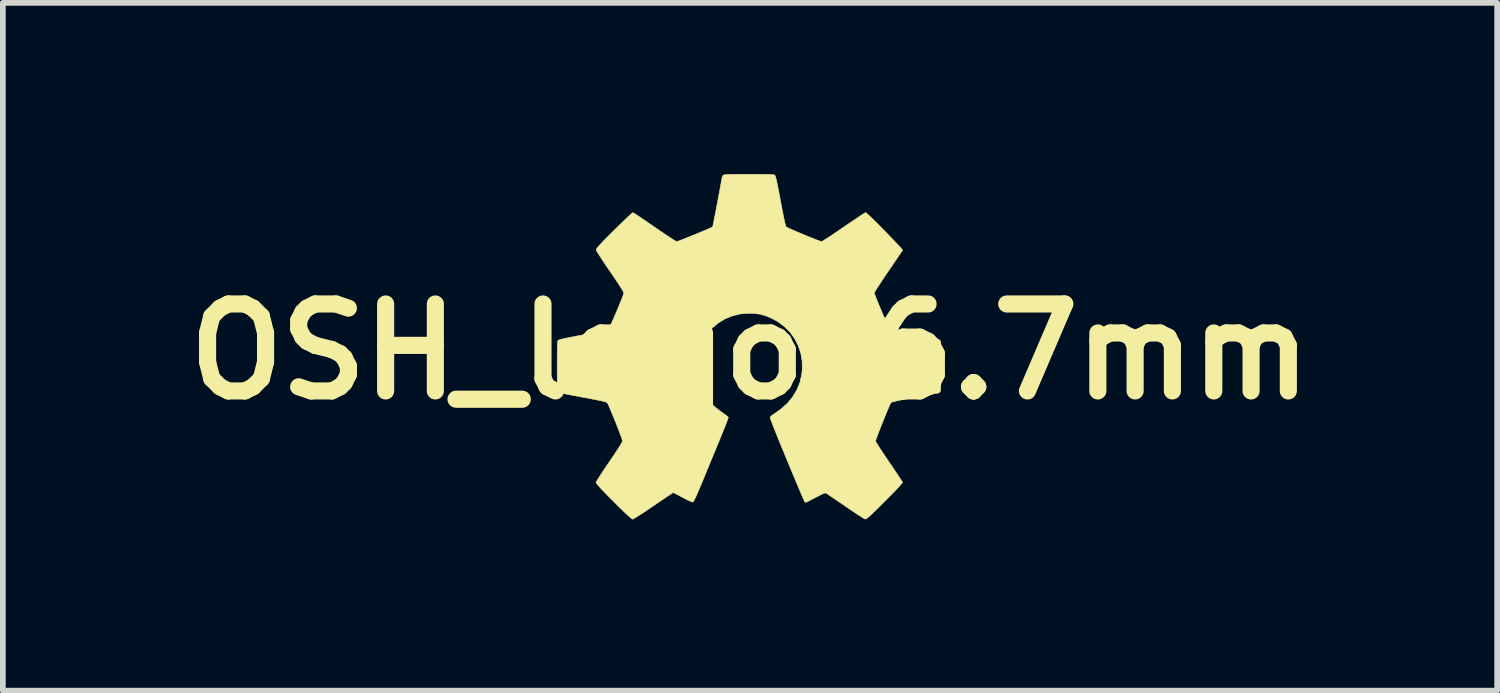
<source format=kicad_pcb>
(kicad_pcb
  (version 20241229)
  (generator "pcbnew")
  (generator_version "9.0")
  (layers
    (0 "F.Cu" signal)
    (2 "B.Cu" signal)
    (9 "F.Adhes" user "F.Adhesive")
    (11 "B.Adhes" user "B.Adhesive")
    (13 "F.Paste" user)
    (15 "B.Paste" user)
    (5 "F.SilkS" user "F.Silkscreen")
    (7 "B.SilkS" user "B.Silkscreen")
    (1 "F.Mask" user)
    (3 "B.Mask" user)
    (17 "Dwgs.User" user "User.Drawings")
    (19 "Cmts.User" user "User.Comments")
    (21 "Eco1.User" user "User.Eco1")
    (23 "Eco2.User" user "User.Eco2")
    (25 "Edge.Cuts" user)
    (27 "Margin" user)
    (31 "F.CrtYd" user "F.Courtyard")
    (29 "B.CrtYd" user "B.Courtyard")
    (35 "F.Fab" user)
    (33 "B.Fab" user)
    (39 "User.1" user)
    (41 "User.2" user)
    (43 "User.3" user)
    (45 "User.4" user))
  (footprint "OSH_logo_6.7mm"
    (layer "F.Cu")
    (at 10.095 3.112)
    (property "Reference" "OSH_logo_6.7mm" (at 0 0 0) (layer "F.SilkS") (effects (font (size 1.524 1.524) (thickness 0.3))))
    (attr through_hole)
    (fp_poly (pts (xy 0.1 -3.107) (xy 0.197 -3.106) (xy 0.275 -3.105) (xy 0.336 -3.104) (xy 0.38 -3.101) (xy 0.411 -3.099) (xy 0.428 -3.095) (xy 0.434 -3.093) (xy 0.44 -3.083) (xy 0.448 -3.06) (xy 0.458 -3.023) (xy 0.47 -2.971) (xy 0.484 -2.901) (xy 0.501 -2.813) (xy 0.522 -2.704) (xy 0.534 -2.642) (xy 0.557 -2.518) (xy 0.577 -2.415) (xy 0.594 -2.332) (xy 0.608 -2.269) (xy 0.619 -2.224) (xy 0.628 -2.197) (xy 0.633 -2.186) (xy 0.648 -2.178) (xy 0.68 -2.162) (xy 0.727 -2.141) (xy 0.785 -2.115) (xy 0.851 -2.087) (xy 0.921 -2.058) (xy 0.992 -2.028) (xy 1.061 -2) (xy 1.125 -1.975) (xy 1.179 -1.953) (xy 1.222 -1.938) (xy 1.248 -1.929) (xy 1.255 -1.928) (xy 1.268 -1.934) (xy 1.297 -1.952) (xy 1.341 -1.98) (xy 1.397 -2.016) (xy 1.463 -2.06) (xy 1.538 -2.111) (xy 1.618 -2.165) (xy 1.644 -2.183) (xy 1.725 -2.239) (xy 1.802 -2.29) (xy 1.87 -2.336) (xy 1.928 -2.376) (xy 1.975 -2.406) (xy 2.007 -2.427) (xy 2.024 -2.437) (xy 2.026 -2.438) (xy 2.037 -2.43) (xy 2.062 -2.408) (xy 2.098 -2.374) (xy 2.144 -2.33) (xy 2.197 -2.278) (xy 2.255 -2.22) (xy 2.316 -2.158) (xy 2.378 -2.095) (xy 2.439 -2.032) (xy 2.498 -1.972) (xy 2.551 -1.916) (xy 2.597 -1.867) (xy 2.634 -1.827) (xy 2.66 -1.797) (xy 2.672 -1.781) (xy 2.673 -1.779) (xy 2.666 -1.766) (xy 2.646 -1.737) (xy 2.617 -1.694) (xy 2.58 -1.638) (xy 2.535 -1.572) (xy 2.485 -1.498) (xy 2.43 -1.419) (xy 2.422 -1.407) (xy 2.367 -1.326) (xy 2.317 -1.251) (xy 2.272 -1.183) (xy 2.234 -1.125) (xy 2.205 -1.078) (xy 2.185 -1.046) (xy 2.177 -1.029) (xy 2.177 -1.029) (xy 2.182 -1.012) (xy 2.194 -0.977) (xy 2.213 -0.929) (xy 2.237 -0.87) (xy 2.265 -0.803) (xy 2.295 -0.732) (xy 2.325 -0.66) (xy 2.356 -0.591) (xy 2.384 -0.527) (xy 2.409 -0.471) (xy 2.43 -0.429) (xy 2.444 -0.401) (xy 2.449 -0.393) (xy 2.46 -0.386) (xy 2.481 -0.379) (xy 2.513 -0.37) (xy 2.56 -0.359) (xy 2.622 -0.345) (xy 2.702 -0.33) (xy 2.801 -0.311) (xy 2.893 -0.293) (xy 3.01 -0.271) (xy 3.107 -0.253) (xy 3.184 -0.237) (xy 3.243 -0.224) (xy 3.286 -0.213) (xy 3.314 -0.205) (xy 3.329 -0.198) (xy 3.331 -0.196) (xy 3.335 -0.185) (xy 3.338 -0.163) (xy 3.34 -0.128) (xy 3.342 -0.078) (xy 3.344 -0.011) (xy 3.345 0.074) (xy 3.345 0.179) (xy 3.345 0.256) (xy 3.345 0.369) (xy 3.345 0.46) (xy 3.344 0.534) (xy 3.343 0.591) (xy 3.341 0.633) (xy 3.339 0.664) (xy 3.336 0.685) (xy 3.333 0.699) (xy 3.328 0.707) (xy 3.327 0.708) (xy 3.31 0.722) (xy 3.303 0.726) (xy 3.291 0.728) (xy 3.259 0.733) (xy 3.209 0.742) (xy 3.145 0.754) (xy 3.069 0.768) (xy 2.983 0.784) (xy 2.893 0.801) (xy 2.773 0.823) (xy 2.675 0.842) (xy 2.597 0.858) (xy 2.539 0.872) (xy 2.499 0.882) (xy 2.476 0.891) (xy 2.471 0.894) (xy 2.462 0.909) (xy 2.446 0.942) (xy 2.426 0.99) (xy 2.4 1.049) (xy 2.372 1.117) (xy 2.343 1.19) (xy 2.313 1.264) (xy 2.284 1.337) (xy 2.257 1.406) (xy 2.234 1.466) (xy 2.216 1.516) (xy 2.204 1.551) (xy 2.2 1.569) (xy 2.2 1.569) (xy 2.206 1.583) (xy 2.224 1.613) (xy 2.252 1.658) (xy 2.288 1.714) (xy 2.332 1.78) (xy 2.381 1.854) (xy 2.434 1.932) (xy 2.488 2.01) (xy 2.537 2.083) (xy 2.581 2.149) (xy 2.618 2.205) (xy 2.647 2.248) (xy 2.665 2.277) (xy 2.673 2.29) (xy 2.666 2.303) (xy 2.643 2.33) (xy 2.607 2.371) (xy 2.556 2.424) (xy 2.493 2.49) (xy 2.418 2.566) (xy 2.36 2.624) (xy 2.279 2.705) (xy 2.212 2.771) (xy 2.157 2.824) (xy 2.115 2.865) (xy 2.081 2.895) (xy 2.057 2.915) (xy 2.039 2.928) (xy 2.026 2.934) (xy 2.017 2.935) (xy 2.017 2.935) (xy 2.001 2.927) (xy 1.97 2.908) (xy 1.924 2.879) (xy 1.867 2.842) (xy 1.801 2.798) (xy 1.728 2.749) (xy 1.673 2.711) (xy 1.597 2.659) (xy 1.526 2.611) (xy 1.463 2.568) (xy 1.41 2.532) (xy 1.37 2.504) (xy 1.344 2.487) (xy 1.335 2.482) (xy 1.326 2.479) (xy 1.314 2.479) (xy 1.296 2.485) (xy 1.271 2.495) (xy 1.234 2.512) (xy 1.185 2.538) (xy 1.12 2.571) (xy 1.046 2.61) (xy 1.009 2.63) (xy 0.985 2.639) (xy 0.971 2.639) (xy 0.96 2.631) (xy 0.96 2.631) (xy 0.952 2.617) (xy 0.937 2.585) (xy 0.916 2.536) (xy 0.888 2.472) (xy 0.856 2.395) (xy 0.819 2.308) (xy 0.779 2.213) (xy 0.736 2.111) (xy 0.692 2.005) (xy 0.647 1.896) (xy 0.603 1.788) (xy 0.559 1.682) (xy 0.517 1.58) (xy 0.478 1.484) (xy 0.443 1.397) (xy 0.412 1.32) (xy 0.387 1.255) (xy 0.368 1.206) (xy 0.356 1.172) (xy 0.352 1.158) (xy 0.361 1.138) (xy 0.392 1.112) (xy 0.417 1.096) (xy 0.547 1.004) (xy 0.659 0.902) (xy 0.751 0.789) (xy 0.824 0.666) (xy 0.876 0.535) (xy 0.907 0.395) (xy 0.915 0.315) (xy 0.913 0.169) (xy 0.89 0.029) (xy 0.846 -0.103) (xy 0.783 -0.227) (xy 0.702 -0.339) (xy 0.603 -0.439) (xy 0.489 -0.524) (xy 0.391 -0.578) (xy 0.284 -0.624) (xy 0.183 -0.654) (xy 0.078 -0.669) (xy -0.028 -0.672) (xy -0.173 -0.66) (xy -0.311 -0.626) (xy -0.44 -0.573) (xy -0.559 -0.5) (xy -0.666 -0.411) (xy -0.759 -0.304) (xy -0.837 -0.183) (xy -0.861 -0.135) (xy -0.896 -0.054) (xy -0.92 0.02) (xy -0.936 0.094) (xy -0.943 0.175) (xy -0.945 0.266) (xy -0.944 0.334) (xy -0.941 0.387) (xy -0.935 0.431) (xy -0.925 0.474) (xy -0.914 0.514) (xy -0.868 0.639) (xy -0.809 0.751) (xy -0.735 0.853) (xy -0.642 0.948) (xy -0.53 1.039) (xy -0.485 1.07) (xy -0.444 1.099) (xy -0.41 1.125) (xy -0.388 1.144) (xy -0.381 1.151) (xy -0.384 1.164) (xy -0.395 1.196) (xy -0.413 1.244) (xy -0.436 1.305) (xy -0.464 1.376) (xy -0.497 1.456) (xy -0.521 1.515) (xy -0.563 1.617) (xy -0.611 1.733) (xy -0.663 1.858) (xy -0.715 1.985) (xy -0.766 2.108) (xy -0.812 2.221) (xy -0.823 2.248) (xy -0.871 2.362) (xy -0.911 2.457) (xy -0.944 2.532) (xy -0.97 2.587) (xy -0.989 2.622) (xy -0.999 2.637) (xy -1 2.637) (xy -1.017 2.634) (xy -1.051 2.621) (xy -1.098 2.599) (xy -1.156 2.569) (xy -1.178 2.558) (xy -1.232 2.528) (xy -1.28 2.504) (xy -1.317 2.485) (xy -1.341 2.474) (xy -1.346 2.472) (xy -1.358 2.478) (xy -1.385 2.496) (xy -1.428 2.523) (xy -1.482 2.56) (xy -1.546 2.603) (xy -1.619 2.652) (xy -1.695 2.704) (xy -1.774 2.758) (xy -1.847 2.807) (xy -1.913 2.85) (xy -1.969 2.886) (xy -2.014 2.914) (xy -2.044 2.931) (xy -2.057 2.937) (xy -2.073 2.929) (xy -2.103 2.904) (xy -2.149 2.862) (xy -2.211 2.804) (xy -2.287 2.73) (xy -2.379 2.639) (xy -2.39 2.628) (xy -2.48 2.537) (xy -2.556 2.459) (xy -2.615 2.397) (xy -2.659 2.349) (xy -2.687 2.315) (xy -2.698 2.297) (xy -2.699 2.296) (xy -2.693 2.281) (xy -2.675 2.25) (xy -2.647 2.205) (xy -2.611 2.149) (xy -2.567 2.082) (xy -2.518 2.009) (xy -2.466 1.933) (xy -2.407 1.846) (xy -2.355 1.768) (xy -2.31 1.7) (xy -2.275 1.644) (xy -2.25 1.602) (xy -2.236 1.576) (xy -2.234 1.568) (xy -2.238 1.55) (xy -2.25 1.515) (xy -2.268 1.465) (xy -2.291 1.404) (xy -2.317 1.335) (xy -2.346 1.261) (xy -2.376 1.187) (xy -2.406 1.114) (xy -2.434 1.047) (xy -2.459 0.988) (xy -2.48 0.94) (xy -2.496 0.908) (xy -2.504 0.894) (xy -2.518 0.887) (xy -2.548 0.878) (xy -2.595 0.866) (xy -2.661 0.852) (xy -2.746 0.835) (xy -2.852 0.814) (xy -2.931 0.8) (xy -3.04 0.779) (xy -3.129 0.763) (xy -3.2 0.749) (xy -3.255 0.737) (xy -3.295 0.727) (xy -3.324 0.719) (xy -3.344 0.712) (xy -3.355 0.705) (xy -3.359 0.701) (xy -3.364 0.694) (xy -3.369 0.683) (xy -3.372 0.666) (xy -3.374 0.642) (xy -3.376 0.607) (xy -3.378 0.561) (xy -3.378 0.499) (xy -3.379 0.421) (xy -3.379 0.324) (xy -3.379 0.25) (xy -3.379 0.133) (xy -3.378 0.037) (xy -3.377 -0.041) (xy -3.376 -0.1) (xy -3.374 -0.144) (xy -3.371 -0.174) (xy -3.367 -0.191) (xy -3.365 -0.196) (xy -3.354 -0.202) (xy -3.33 -0.21) (xy -3.291 -0.22) (xy -3.236 -0.233) (xy -3.163 -0.248) (xy -3.07 -0.266) (xy -2.957 -0.287) (xy -2.943 -0.289) (xy -2.848 -0.307) (xy -2.76 -0.324) (xy -2.68 -0.339) (xy -2.612 -0.352) (xy -2.558 -0.363) (xy -2.521 -0.371) (xy -2.504 -0.376) (xy -2.494 -0.382) (xy -2.484 -0.393) (xy -2.471 -0.411) (xy -2.456 -0.439) (xy -2.436 -0.48) (xy -2.412 -0.534) (xy -2.38 -0.605) (xy -2.342 -0.694) (xy -2.309 -0.773) (xy -2.279 -0.846) (xy -2.253 -0.911) (xy -2.232 -0.964) (xy -2.218 -1.003) (xy -2.211 -1.025) (xy -2.211 -1.027) (xy -2.218 -1.044) (xy -2.237 -1.079) (xy -2.268 -1.13) (xy -2.311 -1.196) (xy -2.365 -1.276) (xy -2.428 -1.37) (xy -2.451 -1.403) (xy -2.506 -1.483) (xy -2.556 -1.558) (xy -2.601 -1.626) (xy -2.639 -1.684) (xy -2.668 -1.731) (xy -2.688 -1.763) (xy -2.696 -1.78) (xy -2.696 -1.78) (xy -2.695 -1.789) (xy -2.689 -1.802) (xy -2.677 -1.82) (xy -2.657 -1.843) (xy -2.628 -1.875) (xy -2.589 -1.917) (xy -2.538 -1.97) (xy -2.473 -2.035) (xy -2.394 -2.114) (xy -2.383 -2.125) (xy -2.29 -2.216) (xy -2.213 -2.291) (xy -2.151 -2.351) (xy -2.104 -2.394) (xy -2.071 -2.422) (xy -2.052 -2.434) (xy -2.048 -2.435) (xy -2.036 -2.427) (xy -2.006 -2.408) (xy -1.962 -2.378) (xy -1.906 -2.341) (xy -1.84 -2.296) (xy -1.766 -2.245) (xy -1.686 -2.19) (xy -1.668 -2.178) (xy -1.587 -2.122) (xy -1.511 -2.071) (xy -1.443 -2.026) (xy -1.384 -1.987) (xy -1.338 -1.957) (xy -1.305 -1.937) (xy -1.288 -1.928) (xy -1.287 -1.928) (xy -1.272 -1.932) (xy -1.239 -1.943) (xy -1.191 -1.961) (xy -1.132 -1.985) (xy -1.065 -2.012) (xy -1.017 -2.031) (xy -0.922 -2.07) (xy -0.844 -2.102) (xy -0.784 -2.127) (xy -0.738 -2.146) (xy -0.705 -2.161) (xy -0.682 -2.172) (xy -0.668 -2.18) (xy -0.659 -2.186) (xy -0.655 -2.192) (xy -0.652 -2.198) (xy -0.652 -2.198) (xy -0.649 -2.212) (xy -0.642 -2.245) (xy -0.632 -2.295) (xy -0.62 -2.358) (xy -0.605 -2.431) (xy -0.59 -2.511) (xy -0.574 -2.596) (xy -0.558 -2.682) (xy -0.542 -2.766) (xy -0.527 -2.845) (xy -0.514 -2.917) (xy -0.503 -2.977) (xy -0.494 -3.024) (xy -0.489 -3.054) (xy -0.488 -3.064) (xy -0.48 -3.077) (xy -0.47 -3.089) (xy -0.463 -3.094) (xy -0.451 -3.098) (xy -0.432 -3.1) (xy -0.403 -3.103) (xy -0.364 -3.104) (xy -0.31 -3.106) (xy -0.241 -3.106) (xy -0.154 -3.107) (xy -0.047 -3.107) (xy -0.018 -3.107) (xy 0.1 -3.107)) (stroke (width 0.01) (type solid)) (fill yes) (layer "F.SilkS")))
  (gr_rect
    (start -3 -3)
    (end 23.189 9.054)
    (stroke (width 0.1) (type default))
    (fill no)
    (layer "Edge.Cuts")))
</source>
